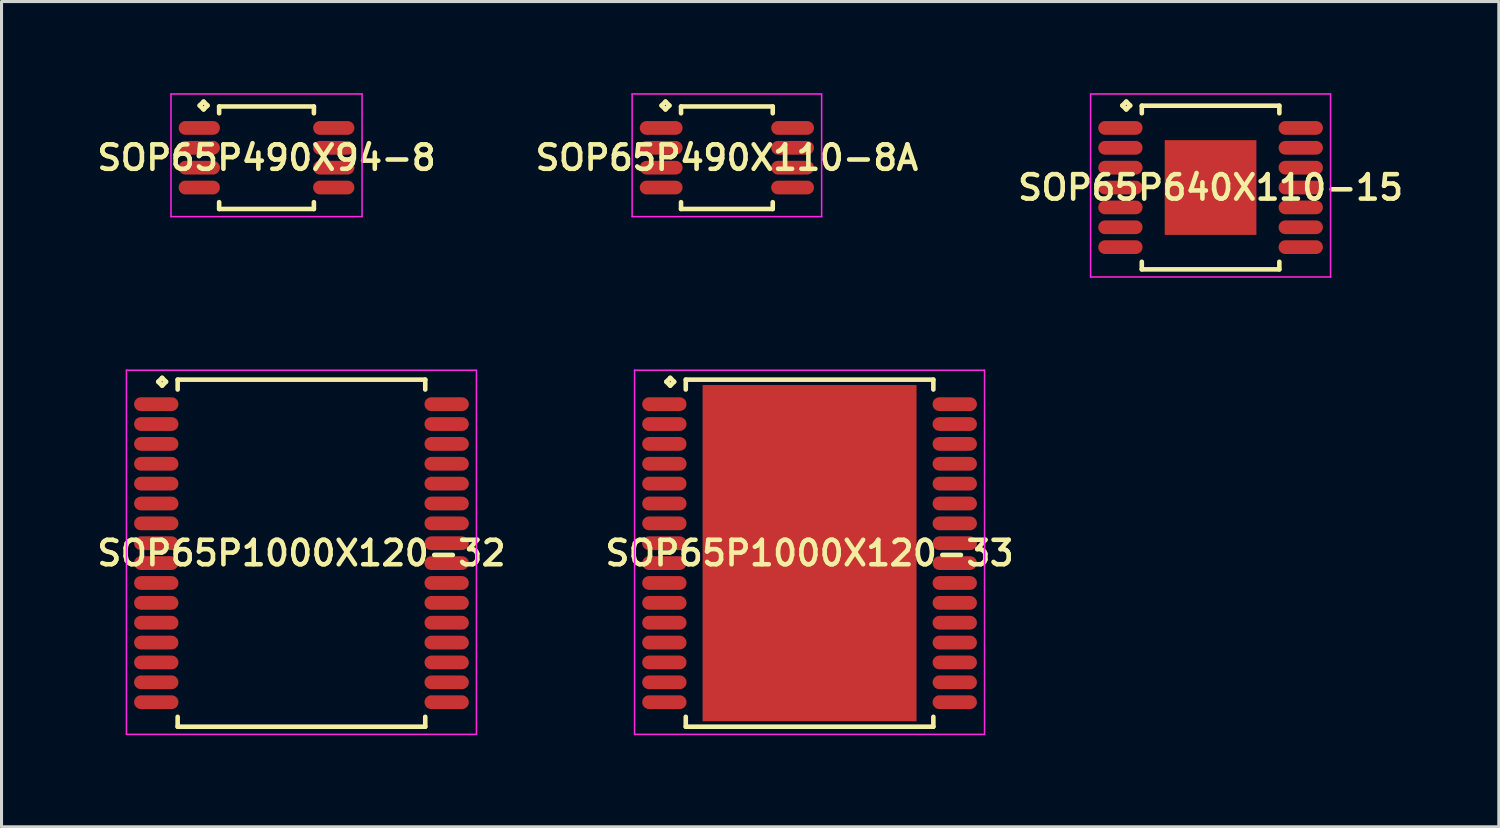
<source format=kicad_pcb>
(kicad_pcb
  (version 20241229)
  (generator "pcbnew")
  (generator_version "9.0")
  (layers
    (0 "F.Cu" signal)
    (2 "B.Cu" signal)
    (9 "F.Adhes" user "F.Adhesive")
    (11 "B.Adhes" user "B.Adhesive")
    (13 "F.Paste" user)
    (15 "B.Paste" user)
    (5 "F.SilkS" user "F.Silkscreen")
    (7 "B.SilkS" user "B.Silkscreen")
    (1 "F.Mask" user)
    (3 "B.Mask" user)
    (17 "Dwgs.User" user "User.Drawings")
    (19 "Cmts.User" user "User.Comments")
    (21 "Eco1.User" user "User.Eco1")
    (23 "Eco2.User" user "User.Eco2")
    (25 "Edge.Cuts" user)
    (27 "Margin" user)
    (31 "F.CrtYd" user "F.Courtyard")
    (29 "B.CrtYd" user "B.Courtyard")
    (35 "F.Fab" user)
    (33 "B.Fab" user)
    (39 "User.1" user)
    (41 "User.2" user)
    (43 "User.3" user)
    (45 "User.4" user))
  (footprint "SOP65P1000X120-32"
    (layer "F.Cu")
    (at 6.812 15.047)
    (property "Reference" "SOP65P1000X120-32" (at 0 0 0) (layer "F.SilkS") (effects (font (size 0.8 0.8) (thickness 0.15))))
    (attr smd)
    (fp_line (start -4.685 -5.608) (end -4.558 -5.735) (stroke (width 0.15) (type solid)) (layer "F.SilkS"))
    (fp_line (start -4.558 -5.735) (end -4.431 -5.608) (stroke (width 0.15) (type solid)) (layer "F.SilkS"))
    (fp_line (start -4.558 -5.481) (end -4.685 -5.608) (stroke (width 0.15) (type solid)) (layer "F.SilkS"))
    (fp_line (start -4.431 -5.608) (end -4.558 -5.481) (stroke (width 0.15) (type solid)) (layer "F.SilkS"))
    (fp_line (start -4.05 -5.677) (end 4.05 -5.677) (stroke (width 0.15) (type solid)) (layer "F.SilkS"))
    (fp_line (start -4.05 -5.354) (end -4.05 -5.677) (stroke (width 0.15) (type solid)) (layer "F.SilkS"))
    (fp_line (start -4.05 5.354) (end -4.05 5.677) (stroke (width 0.15) (type solid)) (layer "F.SilkS"))
    (fp_line (start -4.05 5.677) (end 4.05 5.677) (stroke (width 0.15) (type solid)) (layer "F.SilkS"))
    (fp_line (start 4.05 -5.677) (end 4.05 -5.354) (stroke (width 0.15) (type solid)) (layer "F.SilkS"))
    (fp_line (start 4.05 5.677) (end 4.05 5.354) (stroke (width 0.15) (type solid)) (layer "F.SilkS"))
    (fp_line (start -5.725 -5.985) (end 5.725 -5.985) (stroke (width 0.05) (type solid)) (layer "F.CrtYd"))
    (fp_line (start -5.725 5.927) (end -5.725 -5.985) (stroke (width 0.05) (type solid)) (layer "F.CrtYd"))
    (fp_line (start 5.725 -5.985) (end 5.725 5.927) (stroke (width 0.05) (type solid)) (layer "F.CrtYd"))
    (fp_line (start 5.725 5.927) (end -5.725 5.927) (stroke (width 0.05) (type solid)) (layer "F.CrtYd"))
    (pad "1" smd oval (at -4.75 -4.875) (size 1.45 0.45) (layers "F.Cu" "F.Mask" "F.Paste"))
    (pad "2" smd oval (at -4.75 -4.225) (size 1.45 0.45) (layers "F.Cu" "F.Mask" "F.Paste"))
    (pad "3" smd oval (at -4.75 -3.575) (size 1.45 0.45) (layers "F.Cu" "F.Mask" "F.Paste"))
    (pad "4" smd oval (at -4.75 -2.925) (size 1.45 0.45) (layers "F.Cu" "F.Mask" "F.Paste"))
    (pad "5" smd oval (at -4.75 -2.275) (size 1.45 0.45) (layers "F.Cu" "F.Mask" "F.Paste"))
    (pad "6" smd oval (at -4.75 -1.625) (size 1.45 0.45) (layers "F.Cu" "F.Mask" "F.Paste"))
    (pad "7" smd oval (at -4.75 -0.975) (size 1.45 0.45) (layers "F.Cu" "F.Mask" "F.Paste"))
    (pad "8" smd oval (at -4.75 -0.325) (size 1.45 0.45) (layers "F.Cu" "F.Mask" "F.Paste"))
    (pad "9" smd oval (at -4.75 0.325) (size 1.45 0.45) (layers "F.Cu" "F.Mask" "F.Paste"))
    (pad "10" smd oval (at -4.75 0.975) (size 1.45 0.45) (layers "F.Cu" "F.Mask" "F.Paste"))
    (pad "11" smd oval (at -4.75 1.625) (size 1.45 0.45) (layers "F.Cu" "F.Mask" "F.Paste"))
    (pad "12" smd oval (at -4.75 2.275) (size 1.45 0.45) (layers "F.Cu" "F.Mask" "F.Paste"))
    (pad "13" smd oval (at -4.75 2.925) (size 1.45 0.45) (layers "F.Cu" "F.Mask" "F.Paste"))
    (pad "14" smd oval (at -4.75 3.575) (size 1.45 0.45) (layers "F.Cu" "F.Mask" "F.Paste"))
    (pad "15" smd oval (at -4.75 4.225) (size 1.45 0.45) (layers "F.Cu" "F.Mask" "F.Paste"))
    (pad "16" smd oval (at -4.75 4.875) (size 1.45 0.45) (layers "F.Cu" "F.Mask" "F.Paste"))
    (pad "17" smd oval (at 4.75 4.875) (size 1.45 0.45) (layers "F.Cu" "F.Mask" "F.Paste"))
    (pad "18" smd oval (at 4.75 4.225) (size 1.45 0.45) (layers "F.Cu" "F.Mask" "F.Paste"))
    (pad "19" smd oval (at 4.75 3.575) (size 1.45 0.45) (layers "F.Cu" "F.Mask" "F.Paste"))
    (pad "20" smd oval (at 4.75 2.925) (size 1.45 0.45) (layers "F.Cu" "F.Mask" "F.Paste"))
    (pad "21" smd oval (at 4.75 2.275) (size 1.45 0.45) (layers "F.Cu" "F.Mask" "F.Paste"))
    (pad "22" smd oval (at 4.75 1.625) (size 1.45 0.45) (layers "F.Cu" "F.Mask" "F.Paste"))
    (pad "23" smd oval (at 4.75 0.975) (size 1.45 0.45) (layers "F.Cu" "F.Mask" "F.Paste"))
    (pad "24" smd oval (at 4.75 0.325) (size 1.45 0.45) (layers "F.Cu" "F.Mask" "F.Paste"))
    (pad "25" smd oval (at 4.75 -0.325) (size 1.45 0.45) (layers "F.Cu" "F.Mask" "F.Paste"))
    (pad "26" smd oval (at 4.75 -0.975) (size 1.45 0.45) (layers "F.Cu" "F.Mask" "F.Paste"))
    (pad "27" smd oval (at 4.75 -1.625) (size 1.45 0.45) (layers "F.Cu" "F.Mask" "F.Paste"))
    (pad "28" smd oval (at 4.75 -2.275) (size 1.45 0.45) (layers "F.Cu" "F.Mask" "F.Paste"))
    (pad "29" smd oval (at 4.75 -2.925) (size 1.45 0.45) (layers "F.Cu" "F.Mask" "F.Paste"))
    (pad "30" smd oval (at 4.75 -3.575) (size 1.45 0.45) (layers "F.Cu" "F.Mask" "F.Paste"))
    (pad "31" smd oval (at 4.75 -4.225) (size 1.45 0.45) (layers "F.Cu" "F.Mask" "F.Paste"))
    (pad "32" smd oval (at 4.75 -4.875) (size 1.45 0.45) (layers "F.Cu" "F.Mask" "F.Paste")))
  (footprint "SOP65P490X94-8"
    (layer "F.Cu")
    (at 5.669 2.11)
    (property "Reference" "SOP65P490X94-8" (at 0 0 0) (layer "F.SilkS") (effects (font (size 0.8 0.8) (thickness 0.15))))
    (attr smd)
    (fp_line (start -2.185 -1.708) (end -2.058 -1.835) (stroke (width 0.15) (type solid)) (layer "F.SilkS"))
    (fp_line (start -2.058 -1.835) (end -1.931 -1.708) (stroke (width 0.15) (type solid)) (layer "F.SilkS"))
    (fp_line (start -2.058 -1.581) (end -2.185 -1.708) (stroke (width 0.15) (type solid)) (layer "F.SilkS"))
    (fp_line (start -1.931 -1.708) (end -2.058 -1.581) (stroke (width 0.15) (type solid)) (layer "F.SilkS"))
    (fp_line (start -1.55 -1.677) (end 1.55 -1.677) (stroke (width 0.15) (type solid)) (layer "F.SilkS"))
    (fp_line (start -1.55 -1.454) (end -1.55 -1.677) (stroke (width 0.15) (type solid)) (layer "F.SilkS"))
    (fp_line (start -1.55 1.454) (end -1.55 1.677) (stroke (width 0.15) (type solid)) (layer "F.SilkS"))
    (fp_line (start -1.55 1.677) (end 1.55 1.677) (stroke (width 0.15) (type solid)) (layer "F.SilkS"))
    (fp_line (start 1.55 -1.677) (end 1.55 -1.454) (stroke (width 0.15) (type solid)) (layer "F.SilkS"))
    (fp_line (start 1.55 1.677) (end 1.55 1.454) (stroke (width 0.15) (type solid)) (layer "F.SilkS"))
    (fp_line (start -3.125 -2.085) (end 3.125 -2.085) (stroke (width 0.05) (type solid)) (layer "F.CrtYd"))
    (fp_line (start -3.125 1.927) (end -3.125 -2.085) (stroke (width 0.05) (type solid)) (layer "F.CrtYd"))
    (fp_line (start 3.125 -2.085) (end 3.125 1.927) (stroke (width 0.05) (type solid)) (layer "F.CrtYd"))
    (fp_line (start 3.125 1.927) (end -3.125 1.927) (stroke (width 0.05) (type solid)) (layer "F.CrtYd"))
    (pad "1" smd oval (at -2.2 -0.975) (size 1.35 0.45) (layers "F.Cu" "F.Mask" "F.Paste"))
    (pad "2" smd oval (at -2.2 -0.325) (size 1.35 0.45) (layers "F.Cu" "F.Mask" "F.Paste"))
    (pad "3" smd oval (at -2.2 0.325) (size 1.35 0.45) (layers "F.Cu" "F.Mask" "F.Paste"))
    (pad "4" smd oval (at -2.2 0.975) (size 1.35 0.45) (layers "F.Cu" "F.Mask" "F.Paste"))
    (pad "5" smd oval (at 2.2 0.975) (size 1.35 0.45) (layers "F.Cu" "F.Mask" "F.Paste"))
    (pad "6" smd oval (at 2.2 0.325) (size 1.35 0.45) (layers "F.Cu" "F.Mask" "F.Paste"))
    (pad "7" smd oval (at 2.2 -0.325) (size 1.35 0.45) (layers "F.Cu" "F.Mask" "F.Paste"))
    (pad "8" smd oval (at 2.2 -0.975) (size 1.35 0.45) (layers "F.Cu" "F.Mask" "F.Paste")))
  (footprint "SOP65P1000X120-33"
    (layer "F.Cu")
    (at 23.435 15.047)
    (property "Reference" "SOP65P1000X120-33" (at 0 0 0) (layer "F.SilkS") (effects (font (size 0.8 0.8) (thickness 0.15))))
    (attr smd)
    (fp_line (start -4.685 -5.608) (end -4.558 -5.735) (stroke (width 0.15) (type solid)) (layer "F.SilkS"))
    (fp_line (start -4.558 -5.735) (end -4.431 -5.608) (stroke (width 0.15) (type solid)) (layer "F.SilkS"))
    (fp_line (start -4.558 -5.481) (end -4.685 -5.608) (stroke (width 0.15) (type solid)) (layer "F.SilkS"))
    (fp_line (start -4.431 -5.608) (end -4.558 -5.481) (stroke (width 0.15) (type solid)) (layer "F.SilkS"))
    (fp_line (start -4.05 -5.677) (end 4.05 -5.677) (stroke (width 0.15) (type solid)) (layer "F.SilkS"))
    (fp_line (start -4.05 -5.354) (end -4.05 -5.677) (stroke (width 0.15) (type solid)) (layer "F.SilkS"))
    (fp_line (start -4.05 5.354) (end -4.05 5.677) (stroke (width 0.15) (type solid)) (layer "F.SilkS"))
    (fp_line (start -4.05 5.677) (end 4.05 5.677) (stroke (width 0.15) (type solid)) (layer "F.SilkS"))
    (fp_line (start 4.05 -5.677) (end 4.05 -5.354) (stroke (width 0.15) (type solid)) (layer "F.SilkS"))
    (fp_line (start 4.05 5.677) (end 4.05 5.354) (stroke (width 0.15) (type solid)) (layer "F.SilkS"))
    (fp_line (start -5.725 -5.985) (end 5.725 -5.985) (stroke (width 0.05) (type solid)) (layer "F.CrtYd"))
    (fp_line (start -5.725 5.927) (end -5.725 -5.985) (stroke (width 0.05) (type solid)) (layer "F.CrtYd"))
    (fp_line (start 5.725 -5.985) (end 5.725 5.927) (stroke (width 0.05) (type solid)) (layer "F.CrtYd"))
    (fp_line (start 5.725 5.927) (end -5.725 5.927) (stroke (width 0.05) (type solid)) (layer "F.CrtYd"))
    (pad "1" smd oval (at -4.75 -4.875) (size 1.45 0.45) (layers "F.Cu" "F.Mask" "F.Paste"))
    (pad "2" smd oval (at -4.75 -4.225) (size 1.45 0.45) (layers "F.Cu" "F.Mask" "F.Paste"))
    (pad "3" smd oval (at -4.75 -3.575) (size 1.45 0.45) (layers "F.Cu" "F.Mask" "F.Paste"))
    (pad "4" smd oval (at -4.75 -2.925) (size 1.45 0.45) (layers "F.Cu" "F.Mask" "F.Paste"))
    (pad "5" smd oval (at -4.75 -2.275) (size 1.45 0.45) (layers "F.Cu" "F.Mask" "F.Paste"))
    (pad "6" smd oval (at -4.75 -1.625) (size 1.45 0.45) (layers "F.Cu" "F.Mask" "F.Paste"))
    (pad "7" smd oval (at -4.75 -0.975) (size 1.45 0.45) (layers "F.Cu" "F.Mask" "F.Paste"))
    (pad "8" smd oval (at -4.75 -0.325) (size 1.45 0.45) (layers "F.Cu" "F.Mask" "F.Paste"))
    (pad "9" smd oval (at -4.75 0.325) (size 1.45 0.45) (layers "F.Cu" "F.Mask" "F.Paste"))
    (pad "10" smd oval (at -4.75 0.975) (size 1.45 0.45) (layers "F.Cu" "F.Mask" "F.Paste"))
    (pad "11" smd oval (at -4.75 1.625) (size 1.45 0.45) (layers "F.Cu" "F.Mask" "F.Paste"))
    (pad "12" smd oval (at -4.75 2.275) (size 1.45 0.45) (layers "F.Cu" "F.Mask" "F.Paste"))
    (pad "13" smd oval (at -4.75 2.925) (size 1.45 0.45) (layers "F.Cu" "F.Mask" "F.Paste"))
    (pad "14" smd oval (at -4.75 3.575) (size 1.45 0.45) (layers "F.Cu" "F.Mask" "F.Paste"))
    (pad "15" smd oval (at -4.75 4.225) (size 1.45 0.45) (layers "F.Cu" "F.Mask" "F.Paste"))
    (pad "16" smd oval (at -4.75 4.875) (size 1.45 0.45) (layers "F.Cu" "F.Mask" "F.Paste"))
    (pad "17" smd oval (at 4.75 4.875) (size 1.45 0.45) (layers "F.Cu" "F.Mask" "F.Paste"))
    (pad "18" smd oval (at 4.75 4.225) (size 1.45 0.45) (layers "F.Cu" "F.Mask" "F.Paste"))
    (pad "19" smd oval (at 4.75 3.575) (size 1.45 0.45) (layers "F.Cu" "F.Mask" "F.Paste"))
    (pad "20" smd oval (at 4.75 2.925) (size 1.45 0.45) (layers "F.Cu" "F.Mask" "F.Paste"))
    (pad "21" smd oval (at 4.75 2.275) (size 1.45 0.45) (layers "F.Cu" "F.Mask" "F.Paste"))
    (pad "22" smd oval (at 4.75 1.625) (size 1.45 0.45) (layers "F.Cu" "F.Mask" "F.Paste"))
    (pad "23" smd oval (at 4.75 0.975) (size 1.45 0.45) (layers "F.Cu" "F.Mask" "F.Paste"))
    (pad "24" smd oval (at 4.75 0.325) (size 1.45 0.45) (layers "F.Cu" "F.Mask" "F.Paste"))
    (pad "25" smd oval (at 4.75 -0.325) (size 1.45 0.45) (layers "F.Cu" "F.Mask" "F.Paste"))
    (pad "26" smd oval (at 4.75 -0.975) (size 1.45 0.45) (layers "F.Cu" "F.Mask" "F.Paste"))
    (pad "27" smd oval (at 4.75 -1.625) (size 1.45 0.45) (layers "F.Cu" "F.Mask" "F.Paste"))
    (pad "28" smd oval (at 4.75 -2.275) (size 1.45 0.45) (layers "F.Cu" "F.Mask" "F.Paste"))
    (pad "29" smd oval (at 4.75 -2.925) (size 1.45 0.45) (layers "F.Cu" "F.Mask" "F.Paste"))
    (pad "30" smd oval (at 4.75 -3.575) (size 1.45 0.45) (layers "F.Cu" "F.Mask" "F.Paste"))
    (pad "31" smd oval (at 4.75 -4.225) (size 1.45 0.45) (layers "F.Cu" "F.Mask" "F.Paste"))
    (pad "32" smd oval (at 4.75 -4.875) (size 1.45 0.45) (layers "F.Cu" "F.Mask" "F.Paste"))
    (pad "33" smd rect (at 0 0) (size 7 11) (layers "F.Cu" "F.Mask" "F.Paste")))
  (footprint "SOP65P640X110-15"
    (layer "F.Cu")
    (at 36.554 3.085)
    (property "Reference" "SOP65P640X110-15" (at 0 0 0) (layer "F.SilkS") (effects (font (size 0.8 0.8) (thickness 0.15))))
    (attr smd)
    (fp_line (start -2.885 -2.683) (end -2.758 -2.81) (stroke (width 0.15) (type solid)) (layer "F.SilkS"))
    (fp_line (start -2.758 -2.81) (end -2.631 -2.683) (stroke (width 0.15) (type solid)) (layer "F.SilkS"))
    (fp_line (start -2.758 -2.556) (end -2.885 -2.683) (stroke (width 0.15) (type solid)) (layer "F.SilkS"))
    (fp_line (start -2.631 -2.683) (end -2.758 -2.556) (stroke (width 0.15) (type solid)) (layer "F.SilkS"))
    (fp_line (start -2.25 -2.677) (end 2.25 -2.677) (stroke (width 0.15) (type solid)) (layer "F.SilkS"))
    (fp_line (start -2.25 -2.429) (end -2.25 -2.677) (stroke (width 0.15) (type solid)) (layer "F.SilkS"))
    (fp_line (start -2.25 2.429) (end -2.25 2.677) (stroke (width 0.15) (type solid)) (layer "F.SilkS"))
    (fp_line (start -2.25 2.677) (end 2.25 2.677) (stroke (width 0.15) (type solid)) (layer "F.SilkS"))
    (fp_line (start 2.25 -2.677) (end 2.25 -2.429) (stroke (width 0.15) (type solid)) (layer "F.SilkS"))
    (fp_line (start 2.25 2.677) (end 2.25 2.429) (stroke (width 0.15) (type solid)) (layer "F.SilkS"))
    (fp_line (start -3.925 -3.06) (end 3.925 -3.06) (stroke (width 0.05) (type solid)) (layer "F.CrtYd"))
    (fp_line (start -3.925 2.927) (end -3.925 -3.06) (stroke (width 0.05) (type solid)) (layer "F.CrtYd"))
    (fp_line (start 3.925 -3.06) (end 3.925 2.927) (stroke (width 0.05) (type solid)) (layer "F.CrtYd"))
    (fp_line (start 3.925 2.927) (end -3.925 2.927) (stroke (width 0.05) (type solid)) (layer "F.CrtYd"))
    (pad "1" smd oval (at -2.95 -1.95) (size 1.45 0.45) (layers "F.Cu" "F.Mask" "F.Paste"))
    (pad "2" smd oval (at -2.95 -1.3) (size 1.45 0.45) (layers "F.Cu" "F.Mask" "F.Paste"))
    (pad "3" smd oval (at -2.95 -0.65) (size 1.45 0.45) (layers "F.Cu" "F.Mask" "F.Paste"))
    (pad "4" smd oval (at -2.95 0) (size 1.45 0.45) (layers "F.Cu" "F.Mask" "F.Paste"))
    (pad "5" smd oval (at -2.95 0.65) (size 1.45 0.45) (layers "F.Cu" "F.Mask" "F.Paste"))
    (pad "6" smd oval (at -2.95 1.3) (size 1.45 0.45) (layers "F.Cu" "F.Mask" "F.Paste"))
    (pad "7" smd oval (at -2.95 1.95) (size 1.45 0.45) (layers "F.Cu" "F.Mask" "F.Paste"))
    (pad "8" smd oval (at 2.95 1.95) (size 1.45 0.45) (layers "F.Cu" "F.Mask" "F.Paste"))
    (pad "9" smd oval (at 2.95 1.3) (size 1.45 0.45) (layers "F.Cu" "F.Mask" "F.Paste"))
    (pad "10" smd oval (at 2.95 0.65) (size 1.45 0.45) (layers "F.Cu" "F.Mask" "F.Paste"))
    (pad "11" smd oval (at 2.95 0) (size 1.45 0.45) (layers "F.Cu" "F.Mask" "F.Paste"))
    (pad "12" smd oval (at 2.95 -0.65) (size 1.45 0.45) (layers "F.Cu" "F.Mask" "F.Paste"))
    (pad "13" smd oval (at 2.95 -1.3) (size 1.45 0.45) (layers "F.Cu" "F.Mask" "F.Paste"))
    (pad "14" smd oval (at 2.95 -1.95) (size 1.45 0.45) (layers "F.Cu" "F.Mask" "F.Paste"))
    (pad "15" smd rect (at 0 0) (size 3 3.1) (layers "F.Cu" "F.Mask" "F.Paste")))
  (footprint "SOP65P490X110-8A"
    (layer "F.Cu")
    (at 20.73 2.11)
    (property "Reference" "SOP65P490X110-8A" (at 0 0 0) (layer "F.SilkS") (effects (font (size 0.8 0.8) (thickness 0.15))))
    (attr smd)
    (fp_line (start -2.135 -1.708) (end -2.008 -1.835) (stroke (width 0.15) (type solid)) (layer "F.SilkS"))
    (fp_line (start -2.008 -1.835) (end -1.881 -1.708) (stroke (width 0.15) (type solid)) (layer "F.SilkS"))
    (fp_line (start -2.008 -1.581) (end -2.135 -1.708) (stroke (width 0.15) (type solid)) (layer "F.SilkS"))
    (fp_line (start -1.881 -1.708) (end -2.008 -1.581) (stroke (width 0.15) (type solid)) (layer "F.SilkS"))
    (fp_line (start -1.5 -1.677) (end 1.5 -1.677) (stroke (width 0.15) (type solid)) (layer "F.SilkS"))
    (fp_line (start -1.5 -1.454) (end -1.5 -1.677) (stroke (width 0.15) (type solid)) (layer "F.SilkS"))
    (fp_line (start -1.5 1.454) (end -1.5 1.677) (stroke (width 0.15) (type solid)) (layer "F.SilkS"))
    (fp_line (start -1.5 1.677) (end 1.5 1.677) (stroke (width 0.15) (type solid)) (layer "F.SilkS"))
    (fp_line (start 1.5 -1.677) (end 1.5 -1.454) (stroke (width 0.15) (type solid)) (layer "F.SilkS"))
    (fp_line (start 1.5 1.677) (end 1.5 1.454) (stroke (width 0.15) (type solid)) (layer "F.SilkS"))
    (fp_line (start -3.1 -2.085) (end 3.1 -2.085) (stroke (width 0.05) (type solid)) (layer "F.CrtYd"))
    (fp_line (start -3.1 1.927) (end -3.1 -2.085) (stroke (width 0.05) (type solid)) (layer "F.CrtYd"))
    (fp_line (start 3.1 -2.085) (end 3.1 1.927) (stroke (width 0.05) (type solid)) (layer "F.CrtYd"))
    (fp_line (start 3.1 1.927) (end -3.1 1.927) (stroke (width 0.05) (type solid)) (layer "F.CrtYd"))
    (pad "1" smd oval (at -2.15 -0.975) (size 1.4 0.45) (layers "F.Cu" "F.Mask" "F.Paste"))
    (pad "2" smd oval (at -2.15 -0.325) (size 1.4 0.45) (layers "F.Cu" "F.Mask" "F.Paste"))
    (pad "3" smd oval (at -2.15 0.325) (size 1.4 0.45) (layers "F.Cu" "F.Mask" "F.Paste"))
    (pad "4" smd oval (at -2.15 0.975) (size 1.4 0.45) (layers "F.Cu" "F.Mask" "F.Paste"))
    (pad "5" smd oval (at 2.15 0.975) (size 1.4 0.45) (layers "F.Cu" "F.Mask" "F.Paste"))
    (pad "6" smd oval (at 2.15 0.325) (size 1.4 0.45) (layers "F.Cu" "F.Mask" "F.Paste"))
    (pad "7" smd oval (at 2.15 -0.325) (size 1.4 0.45) (layers "F.Cu" "F.Mask" "F.Paste"))
    (pad "8" smd oval (at 2.15 -0.975) (size 1.4 0.45) (layers "F.Cu" "F.Mask" "F.Paste")))
  (gr_rect
    (start -3 -3)
    (end 45.984 23.999)
    (stroke (width 0.1) (type default))
    (fill no)
    (layer "Edge.Cuts")))
</source>
